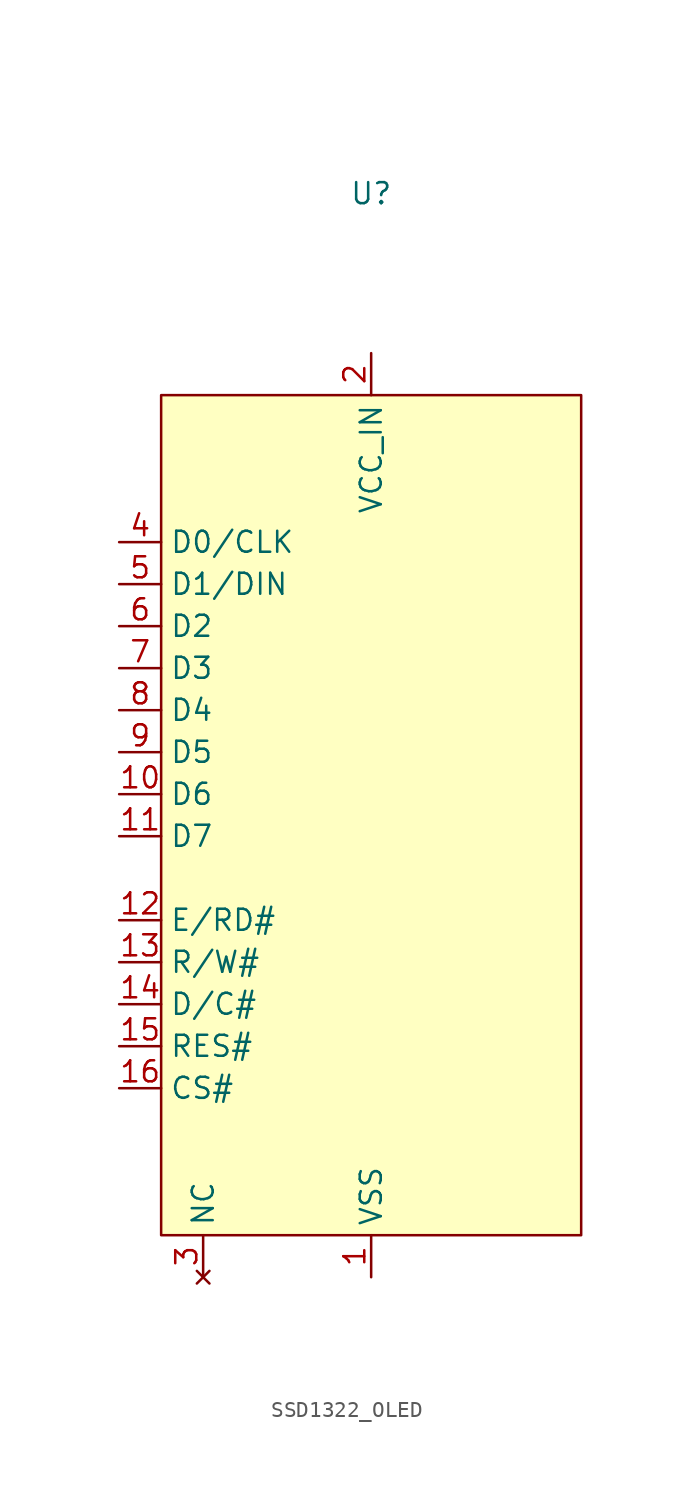
<source format=kicad_sym>
(kicad_symbol_lib
  (version 20231120)
  (generator "kicad_symbol_editor")
  (generator_version "8.0")
  (symbol "SSD1322_OLED"
    (property "Reference" "U"
      (at 0 24.892 0)
      (effects (font (size 1.27 1.27))))
    (property "Value" ""
      (at 0 24.892 0)
      (effects (font (size 1.27 1.27))))
    (symbol "SSD1322_OLED_0_0"
      (pin unspecified line (at 0 -40.64 90) (length 2.54) (name "VSS" (effects (font (size 1.27 1.27)))) (number "1" (effects (font (size 1.27 1.27)))))
      (pin unspecified line (at -15.24 -11.43 0) (length 2.54) (name "D6" (effects (font (size 1.27 1.27)))) (number "10" (effects (font (size 1.27 1.27)))))
      (pin unspecified line (at -15.24 -13.97 0) (length 2.54) (name "D7" (effects (font (size 1.27 1.27)))) (number "11" (effects (font (size 1.27 1.27)))))
      (pin unspecified line (at -15.24 -19.05 0) (length 2.54) (name "E/RD#" (effects (font (size 1.27 1.27)))) (number "12" (effects (font (size 1.27 1.27)))))
      (pin unspecified line (at -15.24 -21.59 0) (length 2.54) (name "R/W#" (effects (font (size 1.27 1.27)))) (number "13" (effects (font (size 1.27 1.27)))))
      (pin unspecified line (at -15.24 -24.13 0) (length 2.54) (name "D/C#" (effects (font (size 1.27 1.27)))) (number "14" (effects (font (size 1.27 1.27)))))
      (pin unspecified line (at -15.24 -26.67 0) (length 2.54) (name "RES#" (effects (font (size 1.27 1.27)))) (number "15" (effects (font (size 1.27 1.27)))))
      (pin unspecified line (at -15.24 -29.21 0) (length 2.54) (name "CS#" (effects (font (size 1.27 1.27)))) (number "16" (effects (font (size 1.27 1.27)))))
      (pin unspecified line (at 0 15.24 270) (length 2.54) (name "VCC_IN" (effects (font (size 1.27 1.27)))) (number "2" (effects (font (size 1.27 1.27)))))
      (pin no_connect line (at -10.16 -40.64 90) (length 2.54) (name "NC" (effects (font (size 1.27 1.27)))) (number "3" (effects (font (size 1.27 1.27)))))
      (pin unspecified line (at -15.24 3.81 0) (length 2.54) (name "D0/CLK" (effects (font (size 1.27 1.27)))) (number "4" (effects (font (size 1.27 1.27)))))
      (pin unspecified line (at -15.24 1.27 0) (length 2.54) (name "D1/DIN" (effects (font (size 1.27 1.27)))) (number "5" (effects (font (size 1.27 1.27)))))
      (pin unspecified line (at -15.24 -1.27 0) (length 2.54) (name "D2" (effects (font (size 1.27 1.27)))) (number "6" (effects (font (size 1.27 1.27)))))
      (pin unspecified line (at -15.24 -3.81 0) (length 2.54) (name "D3" (effects (font (size 1.27 1.27)))) (number "7" (effects (font (size 1.27 1.27)))))
      (pin unspecified line (at -15.24 -6.35 0) (length 2.54) (name "D4" (effects (font (size 1.27 1.27)))) (number "8" (effects (font (size 1.27 1.27)))))
      (pin unspecified line (at -15.24 -8.89 0) (length 2.54) (name "D5" (effects (font (size 1.27 1.27)))) (number "9" (effects (font (size 1.27 1.27))))))
    (symbol "SSD1322_OLED_1_1"
      (rectangle (start -12.7 12.7) (end 12.7 -38.1) (stroke (width 0) (type default)) (fill (type background))))))
</source>
